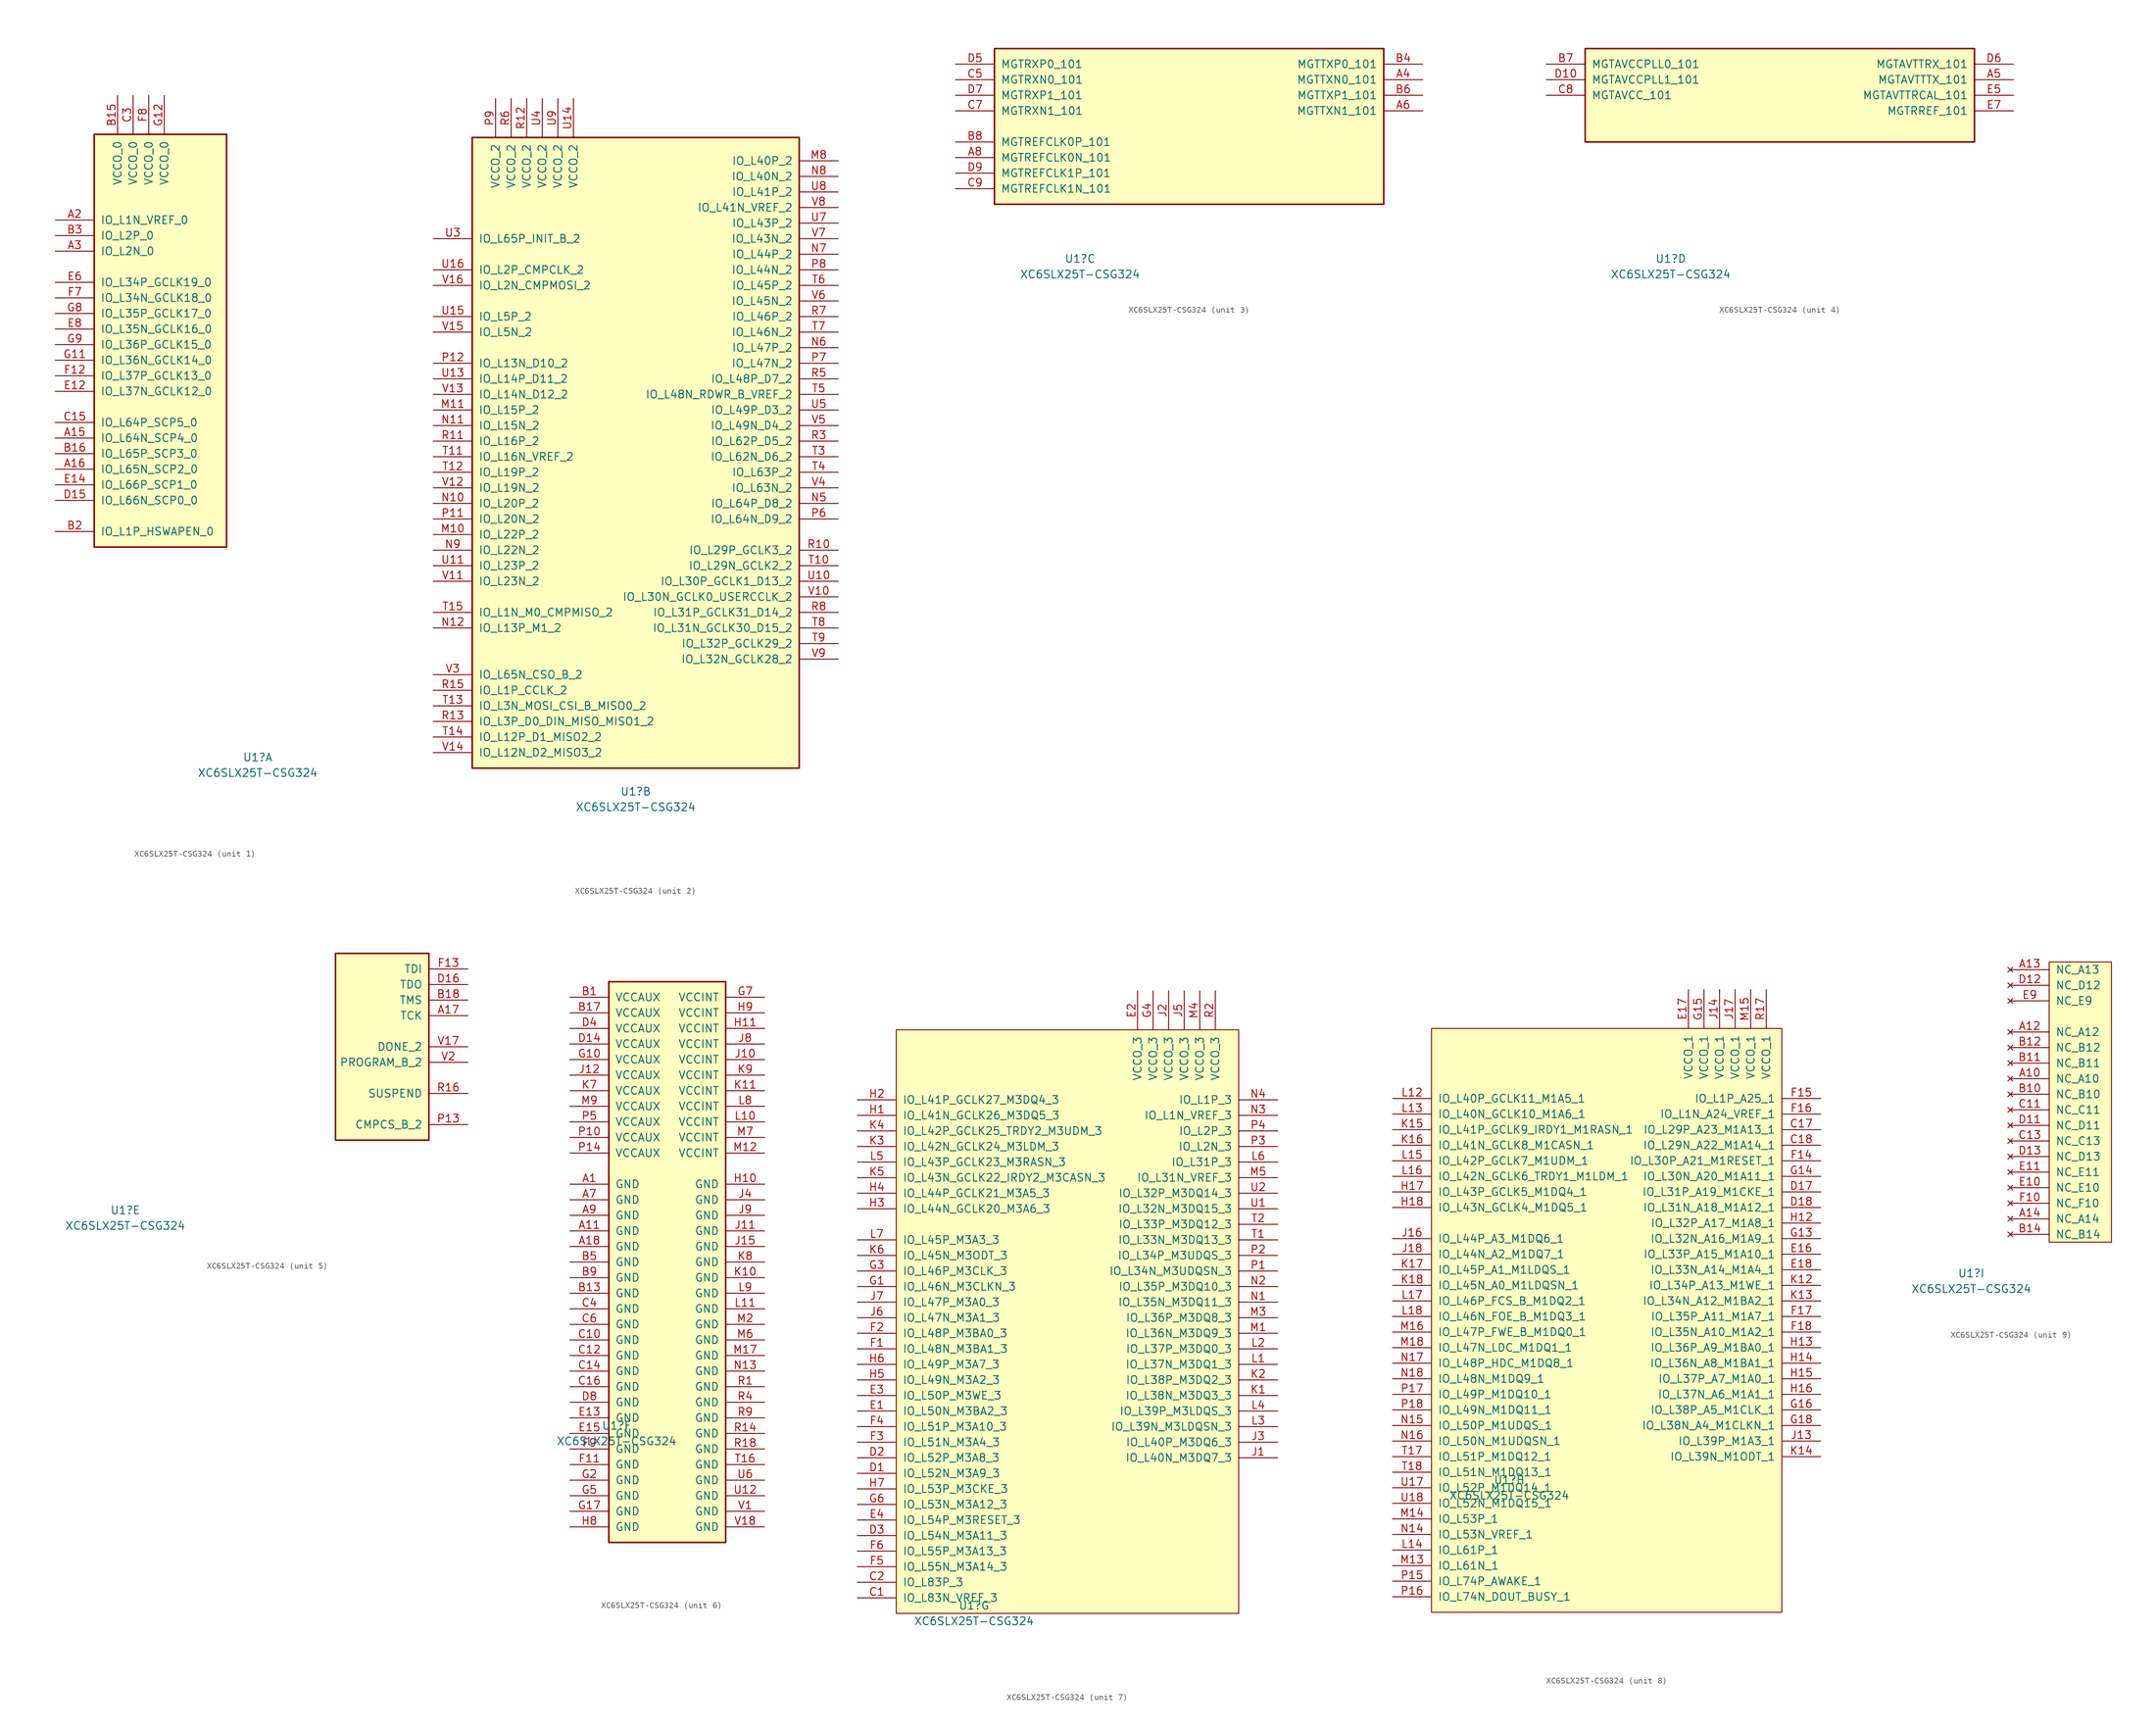
<source format=kicad_sym>
(kicad_symbol_lib
  (version 20241209)
  (generator "kicad_symbol_editor")
  (generator_version "9.0")
  (symbol "XC6SLX25T-CSG324"
    (pin_names
      (offset 1.016))
    (property "Reference" "U1"
      (at -17.78 -26.67 0)
      (effects (font (size 1.27 1.27))))
    (property "Value" "XC6SLX25T-CSG324"
      (at -17.78 -29.21 0)
      (effects (font (size 1.27 1.27))))
    (property "Datasheet" ""
      (at -5.08 -16.51 0)
      (effects (font (size 1.27 1.27))))
    (property "ki_locked" ""
      (at 0 0 0)
      (effects (font (size 1.27 1.27))))
    (symbol "XC6SLX25T-CSG324_1_1"
      (rectangle (start -44.45 74.93) (end -22.86 7.62) (stroke (width 0.254) (type default)) (fill (type background)))
      (pin bidirectional line (at -50.8 60.96 0) (length 6.35) (name "IO_L1N_VREF_0" (effects (font (size 1.27 1.27)))) (number "A2" (effects (font (size 1.27 1.27)))))
      (pin bidirectional line (at -50.8 58.42 0) (length 6.35) (name "IO_L2P_0" (effects (font (size 1.27 1.27)))) (number "B3" (effects (font (size 1.27 1.27)))))
      (pin bidirectional line (at -50.8 55.88 0) (length 6.35) (name "IO_L2N_0" (effects (font (size 1.27 1.27)))) (number "A3" (effects (font (size 1.27 1.27)))))
      (pin bidirectional line (at -50.8 50.8 0) (length 6.35) (name "IO_L34P_GCLK19_0" (effects (font (size 1.27 1.27)))) (number "E6" (effects (font (size 1.27 1.27)))))
      (pin bidirectional line (at -50.8 48.26 0) (length 6.35) (name "IO_L34N_GCLK18_0" (effects (font (size 1.27 1.27)))) (number "F7" (effects (font (size 1.27 1.27)))))
      (pin bidirectional line (at -50.8 45.72 0) (length 6.35) (name "IO_L35P_GCLK17_0" (effects (font (size 1.27 1.27)))) (number "G8" (effects (font (size 1.27 1.27)))))
      (pin bidirectional line (at -50.8 43.18 0) (length 6.35) (name "IO_L35N_GCLK16_0" (effects (font (size 1.27 1.27)))) (number "E8" (effects (font (size 1.27 1.27)))))
      (pin bidirectional line (at -50.8 40.64 0) (length 6.35) (name "IO_L36P_GCLK15_0" (effects (font (size 1.27 1.27)))) (number "G9" (effects (font (size 1.27 1.27)))))
      (pin bidirectional line (at -50.8 38.1 0) (length 6.35) (name "IO_L36N_GCLK14_0" (effects (font (size 1.27 1.27)))) (number "G11" (effects (font (size 1.27 1.27)))))
      (pin bidirectional line (at -50.8 35.56 0) (length 6.35) (name "IO_L37P_GCLK13_0" (effects (font (size 1.27 1.27)))) (number "F12" (effects (font (size 1.27 1.27)))))
      (pin bidirectional line (at -50.8 33.02 0) (length 6.35) (name "IO_L37N_GCLK12_0" (effects (font (size 1.27 1.27)))) (number "E12" (effects (font (size 1.27 1.27)))))
      (pin bidirectional line (at -50.8 27.94 0) (length 6.35) (name "IO_L64P_SCP5_0" (effects (font (size 1.27 1.27)))) (number "C15" (effects (font (size 1.27 1.27)))))
      (pin bidirectional line (at -50.8 25.4 0) (length 6.35) (name "IO_L64N_SCP4_0" (effects (font (size 1.27 1.27)))) (number "A15" (effects (font (size 1.27 1.27)))))
      (pin bidirectional line (at -50.8 22.86 0) (length 6.35) (name "IO_L65P_SCP3_0" (effects (font (size 1.27 1.27)))) (number "B16" (effects (font (size 1.27 1.27)))))
      (pin bidirectional line (at -50.8 20.32 0) (length 6.35) (name "IO_L65N_SCP2_0" (effects (font (size 1.27 1.27)))) (number "A16" (effects (font (size 1.27 1.27)))))
      (pin bidirectional line (at -50.8 17.78 0) (length 6.35) (name "IO_L66P_SCP1_0" (effects (font (size 1.27 1.27)))) (number "E14" (effects (font (size 1.27 1.27)))))
      (pin bidirectional line (at -50.8 15.24 0) (length 6.35) (name "IO_L66N_SCP0_0" (effects (font (size 1.27 1.27)))) (number "D15" (effects (font (size 1.27 1.27)))))
      (pin bidirectional line (at -50.8 10.16 0) (length 6.35) (name "IO_L1P_HSWAPEN_0" (effects (font (size 1.27 1.27)))) (number "B2" (effects (font (size 1.27 1.27)))))
      (pin power_in line (at -40.64 81.28 270) (length 6.35) (name "VCCO_0" (effects (font (size 1.27 1.27)))) (number "B15" (effects (font (size 1.27 1.27)))))
      (pin power_in line (at -38.1 81.28 270) (length 6.35) (name "VCCO_0" (effects (font (size 1.27 1.27)))) (number "C3" (effects (font (size 1.27 1.27)))))
      (pin power_in line (at -35.56 81.28 270) (length 6.35) (name "VCCO_0" (effects (font (size 1.27 1.27)))) (number "F8" (effects (font (size 1.27 1.27)))))
      (pin power_in line (at -33.02 81.28 270) (length 6.35) (name "VCCO_0" (effects (font (size 1.27 1.27)))) (number "G12" (effects (font (size 1.27 1.27))))))
    (symbol "XC6SLX25T-CSG324_2_1"
      (rectangle (start -44.45 80.01) (end 8.89 -22.86) (stroke (width 0.254) (type default)) (fill (type background)))
      (pin bidirectional line (at -50.8 63.5 0) (length 6.35) (name "IO_L65P_INIT_B_2" (effects (font (size 1.27 1.27)))) (number "U3" (effects (font (size 1.27 1.27)))))
      (pin bidirectional line (at -50.8 58.42 0) (length 6.35) (name "IO_L2P_CMPCLK_2" (effects (font (size 1.27 1.27)))) (number "U16" (effects (font (size 1.27 1.27)))))
      (pin bidirectional line (at -50.8 55.88 0) (length 6.35) (name "IO_L2N_CMPMOSI_2" (effects (font (size 1.27 1.27)))) (number "V16" (effects (font (size 1.27 1.27)))))
      (pin bidirectional line (at -50.8 50.8 0) (length 6.35) (name "IO_L5P_2" (effects (font (size 1.27 1.27)))) (number "U15" (effects (font (size 1.27 1.27)))))
      (pin bidirectional line (at -50.8 48.26 0) (length 6.35) (name "IO_L5N_2" (effects (font (size 1.27 1.27)))) (number "V15" (effects (font (size 1.27 1.27)))))
      (pin bidirectional line (at -50.8 43.18 0) (length 6.35) (name "IO_L13N_D10_2" (effects (font (size 1.27 1.27)))) (number "P12" (effects (font (size 1.27 1.27)))))
      (pin bidirectional line (at -50.8 40.64 0) (length 6.35) (name "IO_L14P_D11_2" (effects (font (size 1.27 1.27)))) (number "U13" (effects (font (size 1.27 1.27)))))
      (pin bidirectional line (at -50.8 38.1 0) (length 6.35) (name "IO_L14N_D12_2" (effects (font (size 1.27 1.27)))) (number "V13" (effects (font (size 1.27 1.27)))))
      (pin bidirectional line (at -50.8 35.56 0) (length 6.35) (name "IO_L15P_2" (effects (font (size 1.27 1.27)))) (number "M11" (effects (font (size 1.27 1.27)))))
      (pin bidirectional line (at -50.8 33.02 0) (length 6.35) (name "IO_L15N_2" (effects (font (size 1.27 1.27)))) (number "N11" (effects (font (size 1.27 1.27)))))
      (pin bidirectional line (at -50.8 30.48 0) (length 6.35) (name "IO_L16P_2" (effects (font (size 1.27 1.27)))) (number "R11" (effects (font (size 1.27 1.27)))))
      (pin bidirectional line (at -50.8 27.94 0) (length 6.35) (name "IO_L16N_VREF_2" (effects (font (size 1.27 1.27)))) (number "T11" (effects (font (size 1.27 1.27)))))
      (pin bidirectional line (at -50.8 25.4 0) (length 6.35) (name "IO_L19P_2" (effects (font (size 1.27 1.27)))) (number "T12" (effects (font (size 1.27 1.27)))))
      (pin bidirectional line (at -50.8 22.86 0) (length 6.35) (name "IO_L19N_2" (effects (font (size 1.27 1.27)))) (number "V12" (effects (font (size 1.27 1.27)))))
      (pin bidirectional line (at -50.8 20.32 0) (length 6.35) (name "IO_L20P_2" (effects (font (size 1.27 1.27)))) (number "N10" (effects (font (size 1.27 1.27)))))
      (pin bidirectional line (at -50.8 17.78 0) (length 6.35) (name "IO_L20N_2" (effects (font (size 1.27 1.27)))) (number "P11" (effects (font (size 1.27 1.27)))))
      (pin bidirectional line (at -50.8 15.24 0) (length 6.35) (name "IO_L22P_2" (effects (font (size 1.27 1.27)))) (number "M10" (effects (font (size 1.27 1.27)))))
      (pin bidirectional line (at -50.8 12.7 0) (length 6.35) (name "IO_L22N_2" (effects (font (size 1.27 1.27)))) (number "N9" (effects (font (size 1.27 1.27)))))
      (pin bidirectional line (at -50.8 10.16 0) (length 6.35) (name "IO_L23P_2" (effects (font (size 1.27 1.27)))) (number "U11" (effects (font (size 1.27 1.27)))))
      (pin bidirectional line (at -50.8 7.62 0) (length 6.35) (name "IO_L23N_2" (effects (font (size 1.27 1.27)))) (number "V11" (effects (font (size 1.27 1.27)))))
      (pin bidirectional line (at -50.8 2.54 0) (length 6.35) (name "IO_L1N_M0_CMPMISO_2" (effects (font (size 1.27 1.27)))) (number "T15" (effects (font (size 1.27 1.27)))))
      (pin bidirectional line (at -50.8 0 0) (length 6.35) (name "IO_L13P_M1_2" (effects (font (size 1.27 1.27)))) (number "N12" (effects (font (size 1.27 1.27)))))
      (pin bidirectional line (at -50.8 -7.62 0) (length 6.35) (name "IO_L65N_CSO_B_2" (effects (font (size 1.27 1.27)))) (number "V3" (effects (font (size 1.27 1.27)))))
      (pin bidirectional line (at -50.8 -10.16 0) (length 6.35) (name "IO_L1P_CCLK_2" (effects (font (size 1.27 1.27)))) (number "R15" (effects (font (size 1.27 1.27)))))
      (pin bidirectional line (at -50.8 -12.7 0) (length 6.35) (name "IO_L3N_MOSI_CSI_B_MISO0_2" (effects (font (size 1.27 1.27)))) (number "T13" (effects (font (size 1.27 1.27)))))
      (pin bidirectional line (at -50.8 -15.24 0) (length 6.35) (name "IO_L3P_D0_DIN_MISO_MISO1_2" (effects (font (size 1.27 1.27)))) (number "R13" (effects (font (size 1.27 1.27)))))
      (pin bidirectional line (at -50.8 -17.78 0) (length 6.35) (name "IO_L12P_D1_MISO2_2" (effects (font (size 1.27 1.27)))) (number "T14" (effects (font (size 1.27 1.27)))))
      (pin bidirectional line (at -50.8 -20.32 0) (length 6.35) (name "IO_L12N_D2_MISO3_2" (effects (font (size 1.27 1.27)))) (number "V14" (effects (font (size 1.27 1.27)))))
      (pin power_in line (at -40.64 86.36 270) (length 6.35) (name "VCCO_2" (effects (font (size 1.27 1.27)))) (number "P9" (effects (font (size 1.27 1.27)))))
      (pin power_in line (at -38.1 86.36 270) (length 6.35) (name "VCCO_2" (effects (font (size 1.27 1.27)))) (number "R6" (effects (font (size 1.27 1.27)))))
      (pin power_in line (at -35.56 86.36 270) (length 6.35) (name "VCCO_2" (effects (font (size 1.27 1.27)))) (number "R12" (effects (font (size 1.27 1.27)))))
      (pin power_in line (at -33.02 86.36 270) (length 6.35) (name "VCCO_2" (effects (font (size 1.27 1.27)))) (number "U4" (effects (font (size 1.27 1.27)))))
      (pin power_in line (at -30.48 86.36 270) (length 6.35) (name "VCCO_2" (effects (font (size 1.27 1.27)))) (number "U9" (effects (font (size 1.27 1.27)))))
      (pin power_in line (at -27.94 86.36 270) (length 6.35) (name "VCCO_2" (effects (font (size 1.27 1.27)))) (number "U14" (effects (font (size 1.27 1.27)))))
      (pin bidirectional line (at 15.24 76.2 180) (length 6.35) (name "IO_L40P_2" (effects (font (size 1.27 1.27)))) (number "M8" (effects (font (size 1.27 1.27)))))
      (pin bidirectional line (at 15.24 73.66 180) (length 6.35) (name "IO_L40N_2" (effects (font (size 1.27 1.27)))) (number "N8" (effects (font (size 1.27 1.27)))))
      (pin bidirectional line (at 15.24 71.12 180) (length 6.35) (name "IO_L41P_2" (effects (font (size 1.27 1.27)))) (number "U8" (effects (font (size 1.27 1.27)))))
      (pin bidirectional line (at 15.24 68.58 180) (length 6.35) (name "IO_L41N_VREF_2" (effects (font (size 1.27 1.27)))) (number "V8" (effects (font (size 1.27 1.27)))))
      (pin bidirectional line (at 15.24 66.04 180) (length 6.35) (name "IO_L43P_2" (effects (font (size 1.27 1.27)))) (number "U7" (effects (font (size 1.27 1.27)))))
      (pin bidirectional line (at 15.24 63.5 180) (length 6.35) (name "IO_L43N_2" (effects (font (size 1.27 1.27)))) (number "V7" (effects (font (size 1.27 1.27)))))
      (pin bidirectional line (at 15.24 60.96 180) (length 6.35) (name "IO_L44P_2" (effects (font (size 1.27 1.27)))) (number "N7" (effects (font (size 1.27 1.27)))))
      (pin bidirectional line (at 15.24 58.42 180) (length 6.35) (name "IO_L44N_2" (effects (font (size 1.27 1.27)))) (number "P8" (effects (font (size 1.27 1.27)))))
      (pin bidirectional line (at 15.24 55.88 180) (length 6.35) (name "IO_L45P_2" (effects (font (size 1.27 1.27)))) (number "T6" (effects (font (size 1.27 1.27)))))
      (pin bidirectional line (at 15.24 53.34 180) (length 6.35) (name "IO_L45N_2" (effects (font (size 1.27 1.27)))) (number "V6" (effects (font (size 1.27 1.27)))))
      (pin bidirectional line (at 15.24 50.8 180) (length 6.35) (name "IO_L46P_2" (effects (font (size 1.27 1.27)))) (number "R7" (effects (font (size 1.27 1.27)))))
      (pin bidirectional line (at 15.24 48.26 180) (length 6.35) (name "IO_L46N_2" (effects (font (size 1.27 1.27)))) (number "T7" (effects (font (size 1.27 1.27)))))
      (pin bidirectional line (at 15.24 45.72 180) (length 6.35) (name "IO_L47P_2" (effects (font (size 1.27 1.27)))) (number "N6" (effects (font (size 1.27 1.27)))))
      (pin bidirectional line (at 15.24 43.18 180) (length 6.35) (name "IO_L47N_2" (effects (font (size 1.27 1.27)))) (number "P7" (effects (font (size 1.27 1.27)))))
      (pin bidirectional line (at 15.24 40.64 180) (length 6.35) (name "IO_L48P_D7_2" (effects (font (size 1.27 1.27)))) (number "R5" (effects (font (size 1.27 1.27)))))
      (pin bidirectional line (at 15.24 38.1 180) (length 6.35) (name "IO_L48N_RDWR_B_VREF_2" (effects (font (size 1.27 1.27)))) (number "T5" (effects (font (size 1.27 1.27)))))
      (pin bidirectional line (at 15.24 35.56 180) (length 6.35) (name "IO_L49P_D3_2" (effects (font (size 1.27 1.27)))) (number "U5" (effects (font (size 1.27 1.27)))))
      (pin bidirectional line (at 15.24 33.02 180) (length 6.35) (name "IO_L49N_D4_2" (effects (font (size 1.27 1.27)))) (number "V5" (effects (font (size 1.27 1.27)))))
      (pin bidirectional line (at 15.24 30.48 180) (length 6.35) (name "IO_L62P_D5_2" (effects (font (size 1.27 1.27)))) (number "R3" (effects (font (size 1.27 1.27)))))
      (pin bidirectional line (at 15.24 27.94 180) (length 6.35) (name "IO_L62N_D6_2" (effects (font (size 1.27 1.27)))) (number "T3" (effects (font (size 1.27 1.27)))))
      (pin bidirectional line (at 15.24 25.4 180) (length 6.35) (name "IO_L63P_2" (effects (font (size 1.27 1.27)))) (number "T4" (effects (font (size 1.27 1.27)))))
      (pin bidirectional line (at 15.24 22.86 180) (length 6.35) (name "IO_L63N_2" (effects (font (size 1.27 1.27)))) (number "V4" (effects (font (size 1.27 1.27)))))
      (pin bidirectional line (at 15.24 20.32 180) (length 6.35) (name "IO_L64P_D8_2" (effects (font (size 1.27 1.27)))) (number "N5" (effects (font (size 1.27 1.27)))))
      (pin bidirectional line (at 15.24 17.78 180) (length 6.35) (name "IO_L64N_D9_2" (effects (font (size 1.27 1.27)))) (number "P6" (effects (font (size 1.27 1.27)))))
      (pin bidirectional line (at 15.24 12.7 180) (length 6.35) (name "IO_L29P_GCLK3_2" (effects (font (size 1.27 1.27)))) (number "R10" (effects (font (size 1.27 1.27)))))
      (pin bidirectional line (at 15.24 10.16 180) (length 6.35) (name "IO_L29N_GCLK2_2" (effects (font (size 1.27 1.27)))) (number "T10" (effects (font (size 1.27 1.27)))))
      (pin bidirectional line (at 15.24 7.62 180) (length 6.35) (name "IO_L30P_GCLK1_D13_2" (effects (font (size 1.27 1.27)))) (number "U10" (effects (font (size 1.27 1.27)))))
      (pin bidirectional line (at 15.24 5.08 180) (length 6.35) (name "IO_L30N_GCLK0_USERCCLK_2" (effects (font (size 1.27 1.27)))) (number "V10" (effects (font (size 1.27 1.27)))))
      (pin bidirectional line (at 15.24 2.54 180) (length 6.35) (name "IO_L31P_GCLK31_D14_2" (effects (font (size 1.27 1.27)))) (number "R8" (effects (font (size 1.27 1.27)))))
      (pin bidirectional line (at 15.24 0 180) (length 6.35) (name "IO_L31N_GCLK30_D15_2" (effects (font (size 1.27 1.27)))) (number "T8" (effects (font (size 1.27 1.27)))))
      (pin bidirectional line (at 15.24 -2.54 180) (length 6.35) (name "IO_L32P_GCLK29_2" (effects (font (size 1.27 1.27)))) (number "T9" (effects (font (size 1.27 1.27)))))
      (pin bidirectional line (at 15.24 -5.08 180) (length 6.35) (name "IO_L32N_GCLK28_2" (effects (font (size 1.27 1.27)))) (number "V9" (effects (font (size 1.27 1.27))))))
    (symbol "XC6SLX25T-CSG324_3_1"
      (rectangle (start -31.75 7.62) (end 31.75 -17.78) (stroke (width 0.254) (type default)) (fill (type background)))
      (pin bidirectional line (at -38.1 5.08 0) (length 6.35) (name "MGTRXP0_101" (effects (font (size 1.27 1.27)))) (number "D5" (effects (font (size 1.27 1.27)))))
      (pin bidirectional line (at -38.1 2.54 0) (length 6.35) (name "MGTRXN0_101" (effects (font (size 1.27 1.27)))) (number "C5" (effects (font (size 1.27 1.27)))))
      (pin bidirectional line (at -38.1 0 0) (length 6.35) (name "MGTRXP1_101" (effects (font (size 1.27 1.27)))) (number "D7" (effects (font (size 1.27 1.27)))))
      (pin bidirectional line (at -38.1 -2.54 0) (length 6.35) (name "MGTRXN1_101" (effects (font (size 1.27 1.27)))) (number "C7" (effects (font (size 1.27 1.27)))))
      (pin bidirectional line (at -38.1 -7.62 0) (length 6.35) (name "MGTREFCLK0P_101" (effects (font (size 1.27 1.27)))) (number "B8" (effects (font (size 1.27 1.27)))))
      (pin bidirectional line (at -38.1 -10.16 0) (length 6.35) (name "MGTREFCLK0N_101" (effects (font (size 1.27 1.27)))) (number "A8" (effects (font (size 1.27 1.27)))))
      (pin bidirectional line (at -38.1 -12.7 0) (length 6.35) (name "MGTREFCLK1P_101" (effects (font (size 1.27 1.27)))) (number "D9" (effects (font (size 1.27 1.27)))))
      (pin bidirectional line (at -38.1 -15.24 0) (length 6.35) (name "MGTREFCLK1N_101" (effects (font (size 1.27 1.27)))) (number "C9" (effects (font (size 1.27 1.27)))))
      (pin bidirectional line (at 38.1 5.08 180) (length 6.35) (name "MGTTXP0_101" (effects (font (size 1.27 1.27)))) (number "B4" (effects (font (size 1.27 1.27)))))
      (pin bidirectional line (at 38.1 2.54 180) (length 6.35) (name "MGTTXN0_101" (effects (font (size 1.27 1.27)))) (number "A4" (effects (font (size 1.27 1.27)))))
      (pin bidirectional line (at 38.1 0 180) (length 6.35) (name "MGTTXP1_101" (effects (font (size 1.27 1.27)))) (number "B6" (effects (font (size 1.27 1.27)))))
      (pin bidirectional line (at 38.1 -2.54 180) (length 6.35) (name "MGTTXN1_101" (effects (font (size 1.27 1.27)))) (number "A6" (effects (font (size 1.27 1.27))))))
    (symbol "XC6SLX25T-CSG324_4_1"
      (rectangle (start -31.75 7.62) (end 31.75 -7.62) (stroke (width 0.254) (type default)) (fill (type background)))
      (pin power_in line (at -38.1 5.08 0) (length 6.35) (name "MGTAVCCPLL0_101" (effects (font (size 1.27 1.27)))) (number "B7" (effects (font (size 1.27 1.27)))))
      (pin power_in line (at -38.1 2.54 0) (length 6.35) (name "MGTAVCCPLL1_101" (effects (font (size 1.27 1.27)))) (number "D10" (effects (font (size 1.27 1.27)))))
      (pin power_in line (at -38.1 0 0) (length 6.35) (name "MGTAVCC_101" (effects (font (size 1.27 1.27)))) (number "C8" (effects (font (size 1.27 1.27)))))
      (pin power_in line (at 38.1 5.08 180) (length 6.35) (name "MGTAVTTRX_101" (effects (font (size 1.27 1.27)))) (number "D6" (effects (font (size 1.27 1.27)))))
      (pin power_in line (at 38.1 2.54 180) (length 6.35) (name "MGTAVTTTX_101" (effects (font (size 1.27 1.27)))) (number "A5" (effects (font (size 1.27 1.27)))))
      (pin power_in line (at 38.1 0 180) (length 6.35) (name "MGTAVTTRCAL_101" (effects (font (size 1.27 1.27)))) (number "E5" (effects (font (size 1.27 1.27)))))
      (pin power_in line (at 38.1 -2.54 180) (length 6.35) (name "MGTRREF_101" (effects (font (size 1.27 1.27)))) (number "E7" (effects (font (size 1.27 1.27))))))
    (symbol "XC6SLX25T-CSG324_5_1"
      (rectangle (start 16.51 15.24) (end 31.75 -15.24) (stroke (width 0.254) (type default)) (fill (type background)))
      (pin bidirectional line (at 38.1 12.7 180) (length 6.35) (name "TDI" (effects (font (size 1.27 1.27)))) (number "F13" (effects (font (size 1.27 1.27)))))
      (pin bidirectional line (at 38.1 10.16 180) (length 6.35) (name "TDO" (effects (font (size 1.27 1.27)))) (number "D16" (effects (font (size 1.27 1.27)))))
      (pin bidirectional line (at 38.1 7.62 180) (length 6.35) (name "TMS" (effects (font (size 1.27 1.27)))) (number "B18" (effects (font (size 1.27 1.27)))))
      (pin bidirectional line (at 38.1 5.08 180) (length 6.35) (name "TCK" (effects (font (size 1.27 1.27)))) (number "A17" (effects (font (size 1.27 1.27)))))
      (pin bidirectional line (at 38.1 0 180) (length 6.35) (name "DONE_2" (effects (font (size 1.27 1.27)))) (number "V17" (effects (font (size 1.27 1.27)))))
      (pin bidirectional line (at 38.1 -2.54 180) (length 6.35) (name "PROGRAM_B_2" (effects (font (size 1.27 1.27)))) (number "V2" (effects (font (size 1.27 1.27)))))
      (pin bidirectional line (at 38.1 -7.62 180) (length 6.35) (name "SUSPEND" (effects (font (size 1.27 1.27)))) (number "R16" (effects (font (size 1.27 1.27)))))
      (pin bidirectional line (at 38.1 -12.7 180) (length 6.35) (name "CMPCS_B_2" (effects (font (size 1.27 1.27)))) (number "P13" (effects (font (size 1.27 1.27))))))
    (symbol "XC6SLX25T-CSG324_6_1"
      (rectangle (start -19.05 45.72) (end 0 -45.72) (stroke (width 0.254) (type default)) (fill (type background)))
      (pin power_in line (at -25.4 43.18 0) (length 6.35) (name "VCCAUX" (effects (font (size 1.27 1.27)))) (number "B1" (effects (font (size 1.27 1.27)))))
      (pin power_in line (at -25.4 40.64 0) (length 6.35) (name "VCCAUX" (effects (font (size 1.27 1.27)))) (number "B17" (effects (font (size 1.27 1.27)))))
      (pin power_in line (at -25.4 38.1 0) (length 6.35) (name "VCCAUX" (effects (font (size 1.27 1.27)))) (number "D4" (effects (font (size 1.27 1.27)))))
      (pin power_in line (at -25.4 35.56 0) (length 6.35) (name "VCCAUX" (effects (font (size 1.27 1.27)))) (number "D14" (effects (font (size 1.27 1.27)))))
      (pin power_in line (at -25.4 33.02 0) (length 6.35) (name "VCCAUX" (effects (font (size 1.27 1.27)))) (number "G10" (effects (font (size 1.27 1.27)))))
      (pin power_in line (at -25.4 30.48 0) (length 6.35) (name "VCCAUX" (effects (font (size 1.27 1.27)))) (number "J12" (effects (font (size 1.27 1.27)))))
      (pin power_in line (at -25.4 27.94 0) (length 6.35) (name "VCCAUX" (effects (font (size 1.27 1.27)))) (number "K7" (effects (font (size 1.27 1.27)))))
      (pin power_in line (at -25.4 25.4 0) (length 6.35) (name "VCCAUX" (effects (font (size 1.27 1.27)))) (number "M9" (effects (font (size 1.27 1.27)))))
      (pin power_in line (at -25.4 22.86 0) (length 6.35) (name "VCCAUX" (effects (font (size 1.27 1.27)))) (number "P5" (effects (font (size 1.27 1.27)))))
      (pin power_in line (at -25.4 20.32 0) (length 6.35) (name "VCCAUX" (effects (font (size 1.27 1.27)))) (number "P10" (effects (font (size 1.27 1.27)))))
      (pin power_in line (at -25.4 17.78 0) (length 6.35) (name "VCCAUX" (effects (font (size 1.27 1.27)))) (number "P14" (effects (font (size 1.27 1.27)))))
      (pin power_in line (at -25.4 12.7 0) (length 6.35) (name "GND" (effects (font (size 1.27 1.27)))) (number "A1" (effects (font (size 1.27 1.27)))))
      (pin power_in line (at -25.4 10.16 0) (length 6.35) (name "GND" (effects (font (size 1.27 1.27)))) (number "A7" (effects (font (size 1.27 1.27)))))
      (pin power_in line (at -25.4 7.62 0) (length 6.35) (name "GND" (effects (font (size 1.27 1.27)))) (number "A9" (effects (font (size 1.27 1.27)))))
      (pin power_in line (at -25.4 5.08 0) (length 6.35) (name "GND" (effects (font (size 1.27 1.27)))) (number "A11" (effects (font (size 1.27 1.27)))))
      (pin power_in line (at -25.4 2.54 0) (length 6.35) (name "GND" (effects (font (size 1.27 1.27)))) (number "A18" (effects (font (size 1.27 1.27)))))
      (pin power_in line (at -25.4 0 0) (length 6.35) (name "GND" (effects (font (size 1.27 1.27)))) (number "B5" (effects (font (size 1.27 1.27)))))
      (pin power_in line (at -25.4 -2.54 0) (length 6.35) (name "GND" (effects (font (size 1.27 1.27)))) (number "B9" (effects (font (size 1.27 1.27)))))
      (pin power_in line (at -25.4 -5.08 0) (length 6.35) (name "GND" (effects (font (size 1.27 1.27)))) (number "B13" (effects (font (size 1.27 1.27)))))
      (pin power_in line (at -25.4 -7.62 0) (length 6.35) (name "GND" (effects (font (size 1.27 1.27)))) (number "C4" (effects (font (size 1.27 1.27)))))
      (pin power_in line (at -25.4 -10.16 0) (length 6.35) (name "GND" (effects (font (size 1.27 1.27)))) (number "C6" (effects (font (size 1.27 1.27)))))
      (pin power_in line (at -25.4 -12.7 0) (length 6.35) (name "GND" (effects (font (size 1.27 1.27)))) (number "C10" (effects (font (size 1.27 1.27)))))
      (pin power_in line (at -25.4 -15.24 0) (length 6.35) (name "GND" (effects (font (size 1.27 1.27)))) (number "C12" (effects (font (size 1.27 1.27)))))
      (pin power_in line (at -25.4 -17.78 0) (length 6.35) (name "GND" (effects (font (size 1.27 1.27)))) (number "C14" (effects (font (size 1.27 1.27)))))
      (pin power_in line (at -25.4 -20.32 0) (length 6.35) (name "GND" (effects (font (size 1.27 1.27)))) (number "C16" (effects (font (size 1.27 1.27)))))
      (pin power_in line (at -25.4 -22.86 0) (length 6.35) (name "GND" (effects (font (size 1.27 1.27)))) (number "D8" (effects (font (size 1.27 1.27)))))
      (pin power_in line (at -25.4 -25.4 0) (length 6.35) (name "GND" (effects (font (size 1.27 1.27)))) (number "E13" (effects (font (size 1.27 1.27)))))
      (pin power_in line (at -25.4 -27.94 0) (length 6.35) (name "GND" (effects (font (size 1.27 1.27)))) (number "E15" (effects (font (size 1.27 1.27)))))
      (pin power_in line (at -25.4 -30.48 0) (length 6.35) (name "GND" (effects (font (size 1.27 1.27)))) (number "F9" (effects (font (size 1.27 1.27)))))
      (pin power_in line (at -25.4 -33.02 0) (length 6.35) (name "GND" (effects (font (size 1.27 1.27)))) (number "F11" (effects (font (size 1.27 1.27)))))
      (pin power_in line (at -25.4 -35.56 0) (length 6.35) (name "GND" (effects (font (size 1.27 1.27)))) (number "G2" (effects (font (size 1.27 1.27)))))
      (pin power_in line (at -25.4 -38.1 0) (length 6.35) (name "GND" (effects (font (size 1.27 1.27)))) (number "G5" (effects (font (size 1.27 1.27)))))
      (pin power_in line (at -25.4 -40.64 0) (length 6.35) (name "GND" (effects (font (size 1.27 1.27)))) (number "G17" (effects (font (size 1.27 1.27)))))
      (pin power_in line (at -25.4 -43.18 0) (length 6.35) (name "GND" (effects (font (size 1.27 1.27)))) (number "H8" (effects (font (size 1.27 1.27)))))
      (pin power_in line (at 6.35 43.18 180) (length 6.35) (name "VCCINT" (effects (font (size 1.27 1.27)))) (number "G7" (effects (font (size 1.27 1.27)))))
      (pin power_in line (at 6.35 40.64 180) (length 6.35) (name "VCCINT" (effects (font (size 1.27 1.27)))) (number "H9" (effects (font (size 1.27 1.27)))))
      (pin power_in line (at 6.35 38.1 180) (length 6.35) (name "VCCINT" (effects (font (size 1.27 1.27)))) (number "H11" (effects (font (size 1.27 1.27)))))
      (pin power_in line (at 6.35 35.56 180) (length 6.35) (name "VCCINT" (effects (font (size 1.27 1.27)))) (number "J8" (effects (font (size 1.27 1.27)))))
      (pin power_in line (at 6.35 33.02 180) (length 6.35) (name "VCCINT" (effects (font (size 1.27 1.27)))) (number "J10" (effects (font (size 1.27 1.27)))))
      (pin power_in line (at 6.35 30.48 180) (length 6.35) (name "VCCINT" (effects (font (size 1.27 1.27)))) (number "K9" (effects (font (size 1.27 1.27)))))
      (pin power_in line (at 6.35 27.94 180) (length 6.35) (name "VCCINT" (effects (font (size 1.27 1.27)))) (number "K11" (effects (font (size 1.27 1.27)))))
      (pin power_in line (at 6.35 25.4 180) (length 6.35) (name "VCCINT" (effects (font (size 1.27 1.27)))) (number "L8" (effects (font (size 1.27 1.27)))))
      (pin power_in line (at 6.35 22.86 180) (length 6.35) (name "VCCINT" (effects (font (size 1.27 1.27)))) (number "L10" (effects (font (size 1.27 1.27)))))
      (pin power_in line (at 6.35 20.32 180) (length 6.35) (name "VCCINT" (effects (font (size 1.27 1.27)))) (number "M7" (effects (font (size 1.27 1.27)))))
      (pin power_in line (at 6.35 17.78 180) (length 6.35) (name "VCCINT" (effects (font (size 1.27 1.27)))) (number "M12" (effects (font (size 1.27 1.27)))))
      (pin power_in line (at 6.35 12.7 180) (length 6.35) (name "GND" (effects (font (size 1.27 1.27)))) (number "H10" (effects (font (size 1.27 1.27)))))
      (pin power_in line (at 6.35 10.16 180) (length 6.35) (name "GND" (effects (font (size 1.27 1.27)))) (number "J4" (effects (font (size 1.27 1.27)))))
      (pin power_in line (at 6.35 7.62 180) (length 6.35) (name "GND" (effects (font (size 1.27 1.27)))) (number "J9" (effects (font (size 1.27 1.27)))))
      (pin power_in line (at 6.35 5.08 180) (length 6.35) (name "GND" (effects (font (size 1.27 1.27)))) (number "J11" (effects (font (size 1.27 1.27)))))
      (pin power_in line (at 6.35 2.54 180) (length 6.35) (name "GND" (effects (font (size 1.27 1.27)))) (number "J15" (effects (font (size 1.27 1.27)))))
      (pin power_in line (at 6.35 0 180) (length 6.35) (name "GND" (effects (font (size 1.27 1.27)))) (number "K8" (effects (font (size 1.27 1.27)))))
      (pin power_in line (at 6.35 -2.54 180) (length 6.35) (name "GND" (effects (font (size 1.27 1.27)))) (number "K10" (effects (font (size 1.27 1.27)))))
      (pin power_in line (at 6.35 -5.08 180) (length 6.35) (name "GND" (effects (font (size 1.27 1.27)))) (number "L9" (effects (font (size 1.27 1.27)))))
      (pin power_in line (at 6.35 -7.62 180) (length 6.35) (name "GND" (effects (font (size 1.27 1.27)))) (number "L11" (effects (font (size 1.27 1.27)))))
      (pin power_in line (at 6.35 -10.16 180) (length 6.35) (name "GND" (effects (font (size 1.27 1.27)))) (number "M2" (effects (font (size 1.27 1.27)))))
      (pin power_in line (at 6.35 -12.7 180) (length 6.35) (name "GND" (effects (font (size 1.27 1.27)))) (number "M6" (effects (font (size 1.27 1.27)))))
      (pin power_in line (at 6.35 -15.24 180) (length 6.35) (name "GND" (effects (font (size 1.27 1.27)))) (number "M17" (effects (font (size 1.27 1.27)))))
      (pin power_in line (at 6.35 -17.78 180) (length 6.35) (name "GND" (effects (font (size 1.27 1.27)))) (number "N13" (effects (font (size 1.27 1.27)))))
      (pin power_in line (at 6.35 -20.32 180) (length 6.35) (name "GND" (effects (font (size 1.27 1.27)))) (number "R1" (effects (font (size 1.27 1.27)))))
      (pin power_in line (at 6.35 -22.86 180) (length 6.35) (name "GND" (effects (font (size 1.27 1.27)))) (number "R4" (effects (font (size 1.27 1.27)))))
      (pin power_in line (at 6.35 -25.4 180) (length 6.35) (name "GND" (effects (font (size 1.27 1.27)))) (number "R9" (effects (font (size 1.27 1.27)))))
      (pin power_in line (at 6.35 -27.94 180) (length 6.35) (name "GND" (effects (font (size 1.27 1.27)))) (number "R14" (effects (font (size 1.27 1.27)))))
      (pin power_in line (at 6.35 -30.48 180) (length 6.35) (name "GND" (effects (font (size 1.27 1.27)))) (number "R18" (effects (font (size 1.27 1.27)))))
      (pin power_in line (at 6.35 -33.02 180) (length 6.35) (name "GND" (effects (font (size 1.27 1.27)))) (number "T16" (effects (font (size 1.27 1.27)))))
      (pin power_in line (at 6.35 -35.56 180) (length 6.35) (name "GND" (effects (font (size 1.27 1.27)))) (number "U6" (effects (font (size 1.27 1.27)))))
      (pin power_in line (at 6.35 -38.1 180) (length 6.35) (name "GND" (effects (font (size 1.27 1.27)))) (number "U12" (effects (font (size 1.27 1.27)))))
      (pin power_in line (at 6.35 -40.64 180) (length 6.35) (name "GND" (effects (font (size 1.27 1.27)))) (number "V1" (effects (font (size 1.27 1.27)))))
      (pin power_in line (at 6.35 -43.18 180) (length 6.35) (name "GND" (effects (font (size 1.27 1.27)))) (number "V18" (effects (font (size 1.27 1.27))))))
    (symbol "XC6SLX25T-CSG324_7_1"
      (rectangle (start -30.48 67.31) (end 25.4 -27.94) (stroke (width 0) (type default)) (fill (type background)))
      (pin bidirectional line (at -36.83 55.88 0) (length 6.35) (name "IO_L41P_GCLK27_M3DQ4_3" (effects (font (size 1.27 1.27)))) (number "H2" (effects (font (size 1.27 1.27)))))
      (pin bidirectional line (at -36.83 53.34 0) (length 6.35) (name "IO_L41N_GCLK26_M3DQ5_3" (effects (font (size 1.27 1.27)))) (number "H1" (effects (font (size 1.27 1.27)))))
      (pin bidirectional line (at -36.83 50.8 0) (length 6.35) (name "IO_L42P_GCLK25_TRDY2_M3UDM_3" (effects (font (size 1.27 1.27)))) (number "K4" (effects (font (size 1.27 1.27)))))
      (pin bidirectional line (at -36.83 48.26 0) (length 6.35) (name "IO_L42N_GCLK24_M3LDM_3" (effects (font (size 1.27 1.27)))) (number "K3" (effects (font (size 1.27 1.27)))))
      (pin bidirectional line (at -36.83 45.72 0) (length 6.35) (name "IO_L43P_GCLK23_M3RASN_3" (effects (font (size 1.27 1.27)))) (number "L5" (effects (font (size 1.27 1.27)))))
      (pin bidirectional line (at -36.83 43.18 0) (length 6.35) (name "IO_L43N_GCLK22_IRDY2_M3CASN_3" (effects (font (size 1.27 1.27)))) (number "K5" (effects (font (size 1.27 1.27)))))
      (pin bidirectional line (at -36.83 40.64 0) (length 6.35) (name "IO_L44P_GCLK21_M3A5_3" (effects (font (size 1.27 1.27)))) (number "H4" (effects (font (size 1.27 1.27)))))
      (pin bidirectional line (at -36.83 38.1 0) (length 6.35) (name "IO_L44N_GCLK20_M3A6_3" (effects (font (size 1.27 1.27)))) (number "H3" (effects (font (size 1.27 1.27)))))
      (pin bidirectional line (at -36.83 33.02 0) (length 6.35) (name "IO_L45P_M3A3_3" (effects (font (size 1.27 1.27)))) (number "L7" (effects (font (size 1.27 1.27)))))
      (pin bidirectional line (at -36.83 30.48 0) (length 6.35) (name "IO_L45N_M3ODT_3" (effects (font (size 1.27 1.27)))) (number "K6" (effects (font (size 1.27 1.27)))))
      (pin bidirectional line (at -36.83 27.94 0) (length 6.35) (name "IO_L46P_M3CLK_3" (effects (font (size 1.27 1.27)))) (number "G3" (effects (font (size 1.27 1.27)))))
      (pin bidirectional line (at -36.83 25.4 0) (length 6.35) (name "IO_L46N_M3CLKN_3" (effects (font (size 1.27 1.27)))) (number "G1" (effects (font (size 1.27 1.27)))))
      (pin bidirectional line (at -36.83 22.86 0) (length 6.35) (name "IO_L47P_M3A0_3" (effects (font (size 1.27 1.27)))) (number "J7" (effects (font (size 1.27 1.27)))))
      (pin bidirectional line (at -36.83 20.32 0) (length 6.35) (name "IO_L47N_M3A1_3" (effects (font (size 1.27 1.27)))) (number "J6" (effects (font (size 1.27 1.27)))))
      (pin bidirectional line (at -36.83 17.78 0) (length 6.35) (name "IO_L48P_M3BA0_3" (effects (font (size 1.27 1.27)))) (number "F2" (effects (font (size 1.27 1.27)))))
      (pin bidirectional line (at -36.83 15.24 0) (length 6.35) (name "IO_L48N_M3BA1_3" (effects (font (size 1.27 1.27)))) (number "F1" (effects (font (size 1.27 1.27)))))
      (pin bidirectional line (at -36.83 12.7 0) (length 6.35) (name "IO_L49P_M3A7_3" (effects (font (size 1.27 1.27)))) (number "H6" (effects (font (size 1.27 1.27)))))
      (pin bidirectional line (at -36.83 10.16 0) (length 6.35) (name "IO_L49N_M3A2_3" (effects (font (size 1.27 1.27)))) (number "H5" (effects (font (size 1.27 1.27)))))
      (pin bidirectional line (at -36.83 7.62 0) (length 6.35) (name "IO_L50P_M3WE_3" (effects (font (size 1.27 1.27)))) (number "E3" (effects (font (size 1.27 1.27)))))
      (pin bidirectional line (at -36.83 5.08 0) (length 6.35) (name "IO_L50N_M3BA2_3" (effects (font (size 1.27 1.27)))) (number "E1" (effects (font (size 1.27 1.27)))))
      (pin bidirectional line (at -36.83 2.54 0) (length 6.35) (name "IO_L51P_M3A10_3" (effects (font (size 1.27 1.27)))) (number "F4" (effects (font (size 1.27 1.27)))))
      (pin bidirectional line (at -36.83 0 0) (length 6.35) (name "IO_L51N_M3A4_3" (effects (font (size 1.27 1.27)))) (number "F3" (effects (font (size 1.27 1.27)))))
      (pin bidirectional line (at -36.83 -2.54 0) (length 6.35) (name "IO_L52P_M3A8_3" (effects (font (size 1.27 1.27)))) (number "D2" (effects (font (size 1.27 1.27)))))
      (pin bidirectional line (at -36.83 -5.08 0) (length 6.35) (name "IO_L52N_M3A9_3" (effects (font (size 1.27 1.27)))) (number "D1" (effects (font (size 1.27 1.27)))))
      (pin bidirectional line (at -36.83 -7.62 0) (length 6.35) (name "IO_L53P_M3CKE_3" (effects (font (size 1.27 1.27)))) (number "H7" (effects (font (size 1.27 1.27)))))
      (pin bidirectional line (at -36.83 -10.16 0) (length 6.35) (name "IO_L53N_M3A12_3" (effects (font (size 1.27 1.27)))) (number "G6" (effects (font (size 1.27 1.27)))))
      (pin bidirectional line (at -36.83 -12.7 0) (length 6.35) (name "IO_L54P_M3RESET_3" (effects (font (size 1.27 1.27)))) (number "E4" (effects (font (size 1.27 1.27)))))
      (pin bidirectional line (at -36.83 -15.24 0) (length 6.35) (name "IO_L54N_M3A11_3" (effects (font (size 1.27 1.27)))) (number "D3" (effects (font (size 1.27 1.27)))))
      (pin bidirectional line (at -36.83 -17.78 0) (length 6.35) (name "IO_L55P_M3A13_3" (effects (font (size 1.27 1.27)))) (number "F6" (effects (font (size 1.27 1.27)))))
      (pin bidirectional line (at -36.83 -20.32 0) (length 6.35) (name "IO_L55N_M3A14_3" (effects (font (size 1.27 1.27)))) (number "F5" (effects (font (size 1.27 1.27)))))
      (pin bidirectional line (at -36.83 -22.86 0) (length 6.35) (name "IO_L83P_3" (effects (font (size 1.27 1.27)))) (number "C2" (effects (font (size 1.27 1.27)))))
      (pin bidirectional line (at -36.83 -25.4 0) (length 6.35) (name "IO_L83N_VREF_3" (effects (font (size 1.27 1.27)))) (number "C1" (effects (font (size 1.27 1.27)))))
      (pin power_in line (at 8.89 73.66 270) (length 6.35) (name "VCCO_3" (effects (font (size 1.27 1.27)))) (number "E2" (effects (font (size 1.27 1.27)))))
      (pin power_in line (at 11.43 73.66 270) (length 6.35) (name "VCCO_3" (effects (font (size 1.27 1.27)))) (number "G4" (effects (font (size 1.27 1.27)))))
      (pin power_in line (at 13.97 73.66 270) (length 6.35) (name "VCCO_3" (effects (font (size 1.27 1.27)))) (number "J2" (effects (font (size 1.27 1.27)))))
      (pin power_in line (at 16.51 73.66 270) (length 6.35) (name "VCCO_3" (effects (font (size 1.27 1.27)))) (number "J5" (effects (font (size 1.27 1.27)))))
      (pin power_in line (at 19.05 73.66 270) (length 6.35) (name "VCCO_3" (effects (font (size 1.27 1.27)))) (number "M4" (effects (font (size 1.27 1.27)))))
      (pin power_in line (at 21.59 73.66 270) (length 6.35) (name "VCCO_3" (effects (font (size 1.27 1.27)))) (number "R2" (effects (font (size 1.27 1.27)))))
      (pin bidirectional line (at 31.75 55.88 180) (length 6.35) (name "IO_L1P_3" (effects (font (size 1.27 1.27)))) (number "N4" (effects (font (size 1.27 1.27)))))
      (pin bidirectional line (at 31.75 53.34 180) (length 6.35) (name "IO_L1N_VREF_3" (effects (font (size 1.27 1.27)))) (number "N3" (effects (font (size 1.27 1.27)))))
      (pin bidirectional line (at 31.75 50.8 180) (length 6.35) (name "IO_L2P_3" (effects (font (size 1.27 1.27)))) (number "P4" (effects (font (size 1.27 1.27)))))
      (pin bidirectional line (at 31.75 48.26 180) (length 6.35) (name "IO_L2N_3" (effects (font (size 1.27 1.27)))) (number "P3" (effects (font (size 1.27 1.27)))))
      (pin bidirectional line (at 31.75 45.72 180) (length 6.35) (name "IO_L31P_3" (effects (font (size 1.27 1.27)))) (number "L6" (effects (font (size 1.27 1.27)))))
      (pin bidirectional line (at 31.75 43.18 180) (length 6.35) (name "IO_L31N_VREF_3" (effects (font (size 1.27 1.27)))) (number "M5" (effects (font (size 1.27 1.27)))))
      (pin bidirectional line (at 31.75 40.64 180) (length 6.35) (name "IO_L32P_M3DQ14_3" (effects (font (size 1.27 1.27)))) (number "U2" (effects (font (size 1.27 1.27)))))
      (pin bidirectional line (at 31.75 38.1 180) (length 6.35) (name "IO_L32N_M3DQ15_3" (effects (font (size 1.27 1.27)))) (number "U1" (effects (font (size 1.27 1.27)))))
      (pin bidirectional line (at 31.75 35.56 180) (length 6.35) (name "IO_L33P_M3DQ12_3" (effects (font (size 1.27 1.27)))) (number "T2" (effects (font (size 1.27 1.27)))))
      (pin bidirectional line (at 31.75 33.02 180) (length 6.35) (name "IO_L33N_M3DQ13_3" (effects (font (size 1.27 1.27)))) (number "T1" (effects (font (size 1.27 1.27)))))
      (pin bidirectional line (at 31.75 30.48 180) (length 6.35) (name "IO_L34P_M3UDQS_3" (effects (font (size 1.27 1.27)))) (number "P2" (effects (font (size 1.27 1.27)))))
      (pin bidirectional line (at 31.75 27.94 180) (length 6.35) (name "IO_L34N_M3UDQSN_3" (effects (font (size 1.27 1.27)))) (number "P1" (effects (font (size 1.27 1.27)))))
      (pin bidirectional line (at 31.75 25.4 180) (length 6.35) (name "IO_L35P_M3DQ10_3" (effects (font (size 1.27 1.27)))) (number "N2" (effects (font (size 1.27 1.27)))))
      (pin bidirectional line (at 31.75 22.86 180) (length 6.35) (name "IO_L35N_M3DQ11_3" (effects (font (size 1.27 1.27)))) (number "N1" (effects (font (size 1.27 1.27)))))
      (pin bidirectional line (at 31.75 20.32 180) (length 6.35) (name "IO_L36P_M3DQ8_3" (effects (font (size 1.27 1.27)))) (number "M3" (effects (font (size 1.27 1.27)))))
      (pin bidirectional line (at 31.75 17.78 180) (length 6.35) (name "IO_L36N_M3DQ9_3" (effects (font (size 1.27 1.27)))) (number "M1" (effects (font (size 1.27 1.27)))))
      (pin bidirectional line (at 31.75 15.24 180) (length 6.35) (name "IO_L37P_M3DQ0_3" (effects (font (size 1.27 1.27)))) (number "L2" (effects (font (size 1.27 1.27)))))
      (pin bidirectional line (at 31.75 12.7 180) (length 6.35) (name "IO_L37N_M3DQ1_3" (effects (font (size 1.27 1.27)))) (number "L1" (effects (font (size 1.27 1.27)))))
      (pin bidirectional line (at 31.75 10.16 180) (length 6.35) (name "IO_L38P_M3DQ2_3" (effects (font (size 1.27 1.27)))) (number "K2" (effects (font (size 1.27 1.27)))))
      (pin bidirectional line (at 31.75 7.62 180) (length 6.35) (name "IO_L38N_M3DQ3_3" (effects (font (size 1.27 1.27)))) (number "K1" (effects (font (size 1.27 1.27)))))
      (pin bidirectional line (at 31.75 5.08 180) (length 6.35) (name "IO_L39P_M3LDQS_3" (effects (font (size 1.27 1.27)))) (number "L4" (effects (font (size 1.27 1.27)))))
      (pin bidirectional line (at 31.75 2.54 180) (length 6.35) (name "IO_L39N_M3LDQSN_3" (effects (font (size 1.27 1.27)))) (number "L3" (effects (font (size 1.27 1.27)))))
      (pin bidirectional line (at 31.75 0 180) (length 6.35) (name "IO_L40P_M3DQ6_3" (effects (font (size 1.27 1.27)))) (number "J3" (effects (font (size 1.27 1.27)))))
      (pin bidirectional line (at 31.75 -2.54 180) (length 6.35) (name "IO_L40N_M3DQ7_3" (effects (font (size 1.27 1.27)))) (number "J1" (effects (font (size 1.27 1.27))))))
    (symbol "XC6SLX25T-CSG324_8_1"
      (rectangle (start -30.48 46.99) (end 26.67 -48.26) (stroke (width 0) (type default)) (fill (type background)))
      (pin bidirectional line (at -36.83 35.56 0) (length 6.35) (name "IO_L40P_GCLK11_M1A5_1" (effects (font (size 1.27 1.27)))) (number "L12" (effects (font (size 1.27 1.27)))))
      (pin bidirectional line (at -36.83 33.02 0) (length 6.35) (name "IO_L40N_GCLK10_M1A6_1" (effects (font (size 1.27 1.27)))) (number "L13" (effects (font (size 1.27 1.27)))))
      (pin bidirectional line (at -36.83 30.48 0) (length 6.35) (name "IO_L41P_GCLK9_IRDY1_M1RASN_1" (effects (font (size 1.27 1.27)))) (number "K15" (effects (font (size 1.27 1.27)))))
      (pin bidirectional line (at -36.83 27.94 0) (length 6.35) (name "IO_L41N_GCLK8_M1CASN_1" (effects (font (size 1.27 1.27)))) (number "K16" (effects (font (size 1.27 1.27)))))
      (pin bidirectional line (at -36.83 25.4 0) (length 6.35) (name "IO_L42P_GCLK7_M1UDM_1" (effects (font (size 1.27 1.27)))) (number "L15" (effects (font (size 1.27 1.27)))))
      (pin bidirectional line (at -36.83 22.86 0) (length 6.35) (name "IO_L42N_GCLK6_TRDY1_M1LDM_1" (effects (font (size 1.27 1.27)))) (number "L16" (effects (font (size 1.27 1.27)))))
      (pin bidirectional line (at -36.83 20.32 0) (length 6.35) (name "IO_L43P_GCLK5_M1DQ4_1" (effects (font (size 1.27 1.27)))) (number "H17" (effects (font (size 1.27 1.27)))))
      (pin bidirectional line (at -36.83 17.78 0) (length 6.35) (name "IO_L43N_GCLK4_M1DQ5_1" (effects (font (size 1.27 1.27)))) (number "H18" (effects (font (size 1.27 1.27)))))
      (pin bidirectional line (at -36.83 12.7 0) (length 6.35) (name "IO_L44P_A3_M1DQ6_1" (effects (font (size 1.27 1.27)))) (number "J16" (effects (font (size 1.27 1.27)))))
      (pin bidirectional line (at -36.83 10.16 0) (length 6.35) (name "IO_L44N_A2_M1DQ7_1" (effects (font (size 1.27 1.27)))) (number "J18" (effects (font (size 1.27 1.27)))))
      (pin bidirectional line (at -36.83 7.62 0) (length 6.35) (name "IO_L45P_A1_M1LDQS_1" (effects (font (size 1.27 1.27)))) (number "K17" (effects (font (size 1.27 1.27)))))
      (pin bidirectional line (at -36.83 5.08 0) (length 6.35) (name "IO_L45N_A0_M1LDQSN_1" (effects (font (size 1.27 1.27)))) (number "K18" (effects (font (size 1.27 1.27)))))
      (pin bidirectional line (at -36.83 2.54 0) (length 6.35) (name "IO_L46P_FCS_B_M1DQ2_1" (effects (font (size 1.27 1.27)))) (number "L17" (effects (font (size 1.27 1.27)))))
      (pin bidirectional line (at -36.83 0 0) (length 6.35) (name "IO_L46N_FOE_B_M1DQ3_1" (effects (font (size 1.27 1.27)))) (number "L18" (effects (font (size 1.27 1.27)))))
      (pin bidirectional line (at -36.83 -2.54 0) (length 6.35) (name "IO_L47P_FWE_B_M1DQ0_1" (effects (font (size 1.27 1.27)))) (number "M16" (effects (font (size 1.27 1.27)))))
      (pin bidirectional line (at -36.83 -5.08 0) (length 6.35) (name "IO_L47N_LDC_M1DQ1_1" (effects (font (size 1.27 1.27)))) (number "M18" (effects (font (size 1.27 1.27)))))
      (pin bidirectional line (at -36.83 -7.62 0) (length 6.35) (name "IO_L48P_HDC_M1DQ8_1" (effects (font (size 1.27 1.27)))) (number "N17" (effects (font (size 1.27 1.27)))))
      (pin bidirectional line (at -36.83 -10.16 0) (length 6.35) (name "IO_L48N_M1DQ9_1" (effects (font (size 1.27 1.27)))) (number "N18" (effects (font (size 1.27 1.27)))))
      (pin bidirectional line (at -36.83 -12.7 0) (length 6.35) (name "IO_L49P_M1DQ10_1" (effects (font (size 1.27 1.27)))) (number "P17" (effects (font (size 1.27 1.27)))))
      (pin bidirectional line (at -36.83 -15.24 0) (length 6.35) (name "IO_L49N_M1DQ11_1" (effects (font (size 1.27 1.27)))) (number "P18" (effects (font (size 1.27 1.27)))))
      (pin bidirectional line (at -36.83 -17.78 0) (length 6.35) (name "IO_L50P_M1UDQS_1" (effects (font (size 1.27 1.27)))) (number "N15" (effects (font (size 1.27 1.27)))))
      (pin bidirectional line (at -36.83 -20.32 0) (length 6.35) (name "IO_L50N_M1UDQSN_1" (effects (font (size 1.27 1.27)))) (number "N16" (effects (font (size 1.27 1.27)))))
      (pin bidirectional line (at -36.83 -22.86 0) (length 6.35) (name "IO_L51P_M1DQ12_1" (effects (font (size 1.27 1.27)))) (number "T17" (effects (font (size 1.27 1.27)))))
      (pin bidirectional line (at -36.83 -25.4 0) (length 6.35) (name "IO_L51N_M1DQ13_1" (effects (font (size 1.27 1.27)))) (number "T18" (effects (font (size 1.27 1.27)))))
      (pin bidirectional line (at -36.83 -27.94 0) (length 6.35) (name "IO_L52P_M1DQ14_1" (effects (font (size 1.27 1.27)))) (number "U17" (effects (font (size 1.27 1.27)))))
      (pin bidirectional line (at -36.83 -30.48 0) (length 6.35) (name "IO_L52N_M1DQ15_1" (effects (font (size 1.27 1.27)))) (number "U18" (effects (font (size 1.27 1.27)))))
      (pin bidirectional line (at -36.83 -33.02 0) (length 6.35) (name "IO_L53P_1" (effects (font (size 1.27 1.27)))) (number "M14" (effects (font (size 1.27 1.27)))))
      (pin bidirectional line (at -36.83 -35.56 0) (length 6.35) (name "IO_L53N_VREF_1" (effects (font (size 1.27 1.27)))) (number "N14" (effects (font (size 1.27 1.27)))))
      (pin bidirectional line (at -36.83 -38.1 0) (length 6.35) (name "IO_L61P_1" (effects (font (size 1.27 1.27)))) (number "L14" (effects (font (size 1.27 1.27)))))
      (pin bidirectional line (at -36.83 -40.64 0) (length 6.35) (name "IO_L61N_1" (effects (font (size 1.27 1.27)))) (number "M13" (effects (font (size 1.27 1.27)))))
      (pin bidirectional line (at -36.83 -43.18 0) (length 6.35) (name "IO_L74P_AWAKE_1" (effects (font (size 1.27 1.27)))) (number "P15" (effects (font (size 1.27 1.27)))))
      (pin bidirectional line (at -36.83 -45.72 0) (length 6.35) (name "IO_L74N_DOUT_BUSY_1" (effects (font (size 1.27 1.27)))) (number "P16" (effects (font (size 1.27 1.27)))))
      (pin power_in line (at 11.43 53.34 270) (length 6.35) (name "VCCO_1" (effects (font (size 1.27 1.27)))) (number "E17" (effects (font (size 1.27 1.27)))))
      (pin power_in line (at 13.97 53.34 270) (length 6.35) (name "VCCO_1" (effects (font (size 1.27 1.27)))) (number "G15" (effects (font (size 1.27 1.27)))))
      (pin power_in line (at 16.51 53.34 270) (length 6.35) (name "VCCO_1" (effects (font (size 1.27 1.27)))) (number "J14" (effects (font (size 1.27 1.27)))))
      (pin power_in line (at 19.05 53.34 270) (length 6.35) (name "VCCO_1" (effects (font (size 1.27 1.27)))) (number "J17" (effects (font (size 1.27 1.27)))))
      (pin power_in line (at 21.59 53.34 270) (length 6.35) (name "VCCO_1" (effects (font (size 1.27 1.27)))) (number "M15" (effects (font (size 1.27 1.27)))))
      (pin power_in line (at 24.13 53.34 270) (length 6.35) (name "VCCO_1" (effects (font (size 1.27 1.27)))) (number "R17" (effects (font (size 1.27 1.27)))))
      (pin bidirectional line (at 33.02 35.56 180) (length 6.35) (name "IO_L1P_A25_1" (effects (font (size 1.27 1.27)))) (number "F15" (effects (font (size 1.27 1.27)))))
      (pin bidirectional line (at 33.02 33.02 180) (length 6.35) (name "IO_L1N_A24_VREF_1" (effects (font (size 1.27 1.27)))) (number "F16" (effects (font (size 1.27 1.27)))))
      (pin bidirectional line (at 33.02 30.48 180) (length 6.35) (name "IO_L29P_A23_M1A13_1" (effects (font (size 1.27 1.27)))) (number "C17" (effects (font (size 1.27 1.27)))))
      (pin bidirectional line (at 33.02 27.94 180) (length 6.35) (name "IO_L29N_A22_M1A14_1" (effects (font (size 1.27 1.27)))) (number "C18" (effects (font (size 1.27 1.27)))))
      (pin bidirectional line (at 33.02 25.4 180) (length 6.35) (name "IO_L30P_A21_M1RESET_1" (effects (font (size 1.27 1.27)))) (number "F14" (effects (font (size 1.27 1.27)))))
      (pin bidirectional line (at 33.02 22.86 180) (length 6.35) (name "IO_L30N_A20_M1A11_1" (effects (font (size 1.27 1.27)))) (number "G14" (effects (font (size 1.27 1.27)))))
      (pin bidirectional line (at 33.02 20.32 180) (length 6.35) (name "IO_L31P_A19_M1CKE_1" (effects (font (size 1.27 1.27)))) (number "D17" (effects (font (size 1.27 1.27)))))
      (pin bidirectional line (at 33.02 17.78 180) (length 6.35) (name "IO_L31N_A18_M1A12_1" (effects (font (size 1.27 1.27)))) (number "D18" (effects (font (size 1.27 1.27)))))
      (pin bidirectional line (at 33.02 15.24 180) (length 6.35) (name "IO_L32P_A17_M1A8_1" (effects (font (size 1.27 1.27)))) (number "H12" (effects (font (size 1.27 1.27)))))
      (pin bidirectional line (at 33.02 12.7 180) (length 6.35) (name "IO_L32N_A16_M1A9_1" (effects (font (size 1.27 1.27)))) (number "G13" (effects (font (size 1.27 1.27)))))
      (pin bidirectional line (at 33.02 10.16 180) (length 6.35) (name "IO_L33P_A15_M1A10_1" (effects (font (size 1.27 1.27)))) (number "E16" (effects (font (size 1.27 1.27)))))
      (pin bidirectional line (at 33.02 7.62 180) (length 6.35) (name "IO_L33N_A14_M1A4_1" (effects (font (size 1.27 1.27)))) (number "E18" (effects (font (size 1.27 1.27)))))
      (pin bidirectional line (at 33.02 5.08 180) (length 6.35) (name "IO_L34P_A13_M1WE_1" (effects (font (size 1.27 1.27)))) (number "K12" (effects (font (size 1.27 1.27)))))
      (pin bidirectional line (at 33.02 2.54 180) (length 6.35) (name "IO_L34N_A12_M1BA2_1" (effects (font (size 1.27 1.27)))) (number "K13" (effects (font (size 1.27 1.27)))))
      (pin bidirectional line (at 33.02 0 180) (length 6.35) (name "IO_L35P_A11_M1A7_1" (effects (font (size 1.27 1.27)))) (number "F17" (effects (font (size 1.27 1.27)))))
      (pin bidirectional line (at 33.02 -2.54 180) (length 6.35) (name "IO_L35N_A10_M1A2_1" (effects (font (size 1.27 1.27)))) (number "F18" (effects (font (size 1.27 1.27)))))
      (pin bidirectional line (at 33.02 -5.08 180) (length 6.35) (name "IO_L36P_A9_M1BA0_1" (effects (font (size 1.27 1.27)))) (number "H13" (effects (font (size 1.27 1.27)))))
      (pin bidirectional line (at 33.02 -7.62 180) (length 6.35) (name "IO_L36N_A8_M1BA1_1" (effects (font (size 1.27 1.27)))) (number "H14" (effects (font (size 1.27 1.27)))))
      (pin bidirectional line (at 33.02 -10.16 180) (length 6.35) (name "IO_L37P_A7_M1A0_1" (effects (font (size 1.27 1.27)))) (number "H15" (effects (font (size 1.27 1.27)))))
      (pin bidirectional line (at 33.02 -12.7 180) (length 6.35) (name "IO_L37N_A6_M1A1_1" (effects (font (size 1.27 1.27)))) (number "H16" (effects (font (size 1.27 1.27)))))
      (pin bidirectional line (at 33.02 -15.24 180) (length 6.35) (name "IO_L38P_A5_M1CLK_1" (effects (font (size 1.27 1.27)))) (number "G16" (effects (font (size 1.27 1.27)))))
      (pin bidirectional line (at 33.02 -17.78 180) (length 6.35) (name "IO_L38N_A4_M1CLKN_1" (effects (font (size 1.27 1.27)))) (number "G18" (effects (font (size 1.27 1.27)))))
      (pin bidirectional line (at 33.02 -20.32 180) (length 6.35) (name "IO_L39P_M1A3_1" (effects (font (size 1.27 1.27)))) (number "J13" (effects (font (size 1.27 1.27)))))
      (pin bidirectional line (at 33.02 -22.86 180) (length 6.35) (name "IO_L39N_M1ODT_1" (effects (font (size 1.27 1.27)))) (number "K14" (effects (font (size 1.27 1.27))))))
    (symbol "XC6SLX25T-CSG324_9_1"
      (rectangle (start -5.08 24.13) (end 5.08 -21.59) (stroke (width 0) (type default)) (fill (type background)))
      (pin no_connect line (at -11.43 22.86 0) (length 6.35) (name "NC_A13" (effects (font (size 1.27 1.27)))) (number "A13" (effects (font (size 1.27 1.27)))))
      (pin no_connect line (at -11.43 20.32 0) (length 6.35) (name "NC_D12" (effects (font (size 1.27 1.27)))) (number "D12" (effects (font (size 1.27 1.27)))))
      (pin no_connect line (at -11.43 17.78 0) (length 6.35) (name "NC_E9" (effects (font (size 1.27 1.27)))) (number "E9" (effects (font (size 1.27 1.27)))))
      (pin no_connect line (at -11.43 12.7 0) (length 6.35) (name "NC_A12" (effects (font (size 1.27 1.27)))) (number "A12" (effects (font (size 1.27 1.27)))))
      (pin no_connect line (at -11.43 10.16 0) (length 6.35) (name "NC_B12" (effects (font (size 1.27 1.27)))) (number "B12" (effects (font (size 1.27 1.27)))))
      (pin no_connect line (at -11.43 7.62 0) (length 6.35) (name "NC_B11" (effects (font (size 1.27 1.27)))) (number "B11" (effects (font (size 1.27 1.27)))))
      (pin no_connect line (at -11.43 5.08 0) (length 6.35) (name "NC_A10" (effects (font (size 1.27 1.27)))) (number "A10" (effects (font (size 1.27 1.27)))))
      (pin no_connect line (at -11.43 2.54 0) (length 6.35) (name "NC_B10" (effects (font (size 1.27 1.27)))) (number "B10" (effects (font (size 1.27 1.27)))))
      (pin no_connect line (at -11.43 0 0) (length 6.35) (name "NC_C11" (effects (font (size 1.27 1.27)))) (number "C11" (effects (font (size 1.27 1.27)))))
      (pin no_connect line (at -11.43 -2.54 0) (length 6.35) (name "NC_D11" (effects (font (size 1.27 1.27)))) (number "D11" (effects (font (size 1.27 1.27)))))
      (pin no_connect line (at -11.43 -5.08 0) (length 6.35) (name "NC_C13" (effects (font (size 1.27 1.27)))) (number "C13" (effects (font (size 1.27 1.27)))))
      (pin no_connect line (at -11.43 -7.62 0) (length 6.35) (name "NC_D13" (effects (font (size 1.27 1.27)))) (number "D13" (effects (font (size 1.27 1.27)))))
      (pin no_connect line (at -11.43 -10.16 0) (length 6.35) (name "NC_E11" (effects (font (size 1.27 1.27)))) (number "E11" (effects (font (size 1.27 1.27)))))
      (pin no_connect line (at -11.43 -12.7 0) (length 6.35) (name "NC_E10" (effects (font (size 1.27 1.27)))) (number "E10" (effects (font (size 1.27 1.27)))))
      (pin no_connect line (at -11.43 -15.24 0) (length 6.35) (name "NC_F10" (effects (font (size 1.27 1.27)))) (number "F10" (effects (font (size 1.27 1.27)))))
      (pin no_connect line (at -11.43 -17.78 0) (length 6.35) (name "NC_A14" (effects (font (size 1.27 1.27)))) (number "A14" (effects (font (size 1.27 1.27)))))
      (pin no_connect line (at -11.43 -20.32 0) (length 6.35) (name "NC_B14" (effects (font (size 1.27 1.27)))) (number "B14" (effects (font (size 1.27 1.27))))))))
</source>
